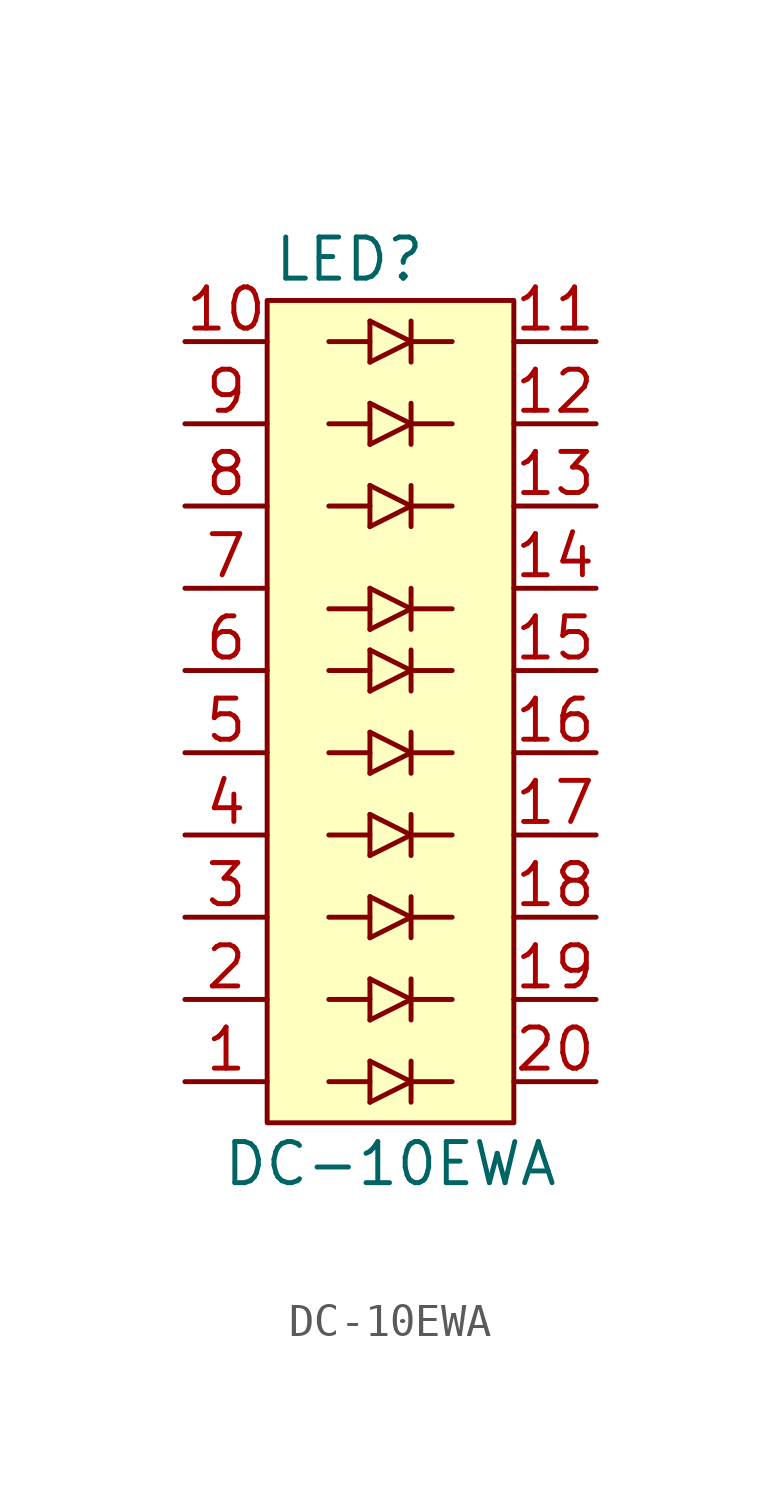
<source format=kicad_sym>
(kicad_symbol_lib
  (version 20211014)
  (generator kicad_symbol_editor)
  (symbol "DC-10EWA"
    (pin_names
      (offset 1.016))
    (property "Reference" "LED"
      (at -1.27 13.97 0)
      (effects (font (size 1.27 1.27))))
    (property "Value" "DC-10EWA"
      (at 0 -13.97 0)
      (effects (font (size 1.27 1.27))))
    (symbol "DC-10EWA_0_1"
      (rectangle (start -3.81 12.7) (end 3.81 -12.7) (stroke (width 0) (type default) (color 0 0 0 0)) (fill (type background))))
    (symbol "DC-10EWA_1_1"
      (polyline (pts (xy -0.635 -12.065) (xy -0.635 -10.795)) (stroke (width 0) (type default) (color 0 0 0 0)) (fill (type none)))
      (polyline (pts (xy -0.635 -11.43) (xy -1.905 -11.43)) (stroke (width 0) (type default) (color 0 0 0 0)) (fill (type none)))
      (polyline (pts (xy -0.635 -9.525) (xy -0.635 -8.255)) (stroke (width 0) (type default) (color 0 0 0 0)) (fill (type none)))
      (polyline (pts (xy -0.635 -8.89) (xy -1.905 -8.89)) (stroke (width 0) (type default) (color 0 0 0 0)) (fill (type none)))
      (polyline (pts (xy -0.635 -6.985) (xy -0.635 -5.715)) (stroke (width 0) (type default) (color 0 0 0 0)) (fill (type none)))
      (polyline (pts (xy -0.635 -6.35) (xy -1.905 -6.35)) (stroke (width 0) (type default) (color 0 0 0 0)) (fill (type none)))
      (polyline (pts (xy -0.635 -4.445) (xy -0.635 -3.175)) (stroke (width 0) (type default) (color 0 0 0 0)) (fill (type none)))
      (polyline (pts (xy -0.635 -3.81) (xy -1.905 -3.81)) (stroke (width 0) (type default) (color 0 0 0 0)) (fill (type none)))
      (polyline (pts (xy -0.635 -1.905) (xy -0.635 -0.635)) (stroke (width 0) (type default) (color 0 0 0 0)) (fill (type none)))
      (polyline (pts (xy -0.635 -1.27) (xy -1.905 -1.27)) (stroke (width 0) (type default) (color 0 0 0 0)) (fill (type none)))
      (polyline (pts (xy -0.635 0.635) (xy -0.635 1.905)) (stroke (width 0) (type default) (color 0 0 0 0)) (fill (type none)))
      (polyline (pts (xy -0.635 1.27) (xy -1.905 1.27)) (stroke (width 0) (type default) (color 0 0 0 0)) (fill (type none)))
      (polyline (pts (xy -0.635 2.54) (xy -0.635 3.81)) (stroke (width 0) (type default) (color 0 0 0 0)) (fill (type none)))
      (polyline (pts (xy -0.635 3.175) (xy -1.905 3.175)) (stroke (width 0) (type default) (color 0 0 0 0)) (fill (type none)))
      (polyline (pts (xy -0.635 5.715) (xy -0.635 6.985)) (stroke (width 0) (type default) (color 0 0 0 0)) (fill (type none)))
      (polyline (pts (xy -0.635 6.35) (xy -1.905 6.35)) (stroke (width 0) (type default) (color 0 0 0 0)) (fill (type none)))
      (polyline (pts (xy -0.635 8.255) (xy -0.635 9.525)) (stroke (width 0) (type default) (color 0 0 0 0)) (fill (type none)))
      (polyline (pts (xy -0.635 8.89) (xy -1.905 8.89)) (stroke (width 0) (type default) (color 0 0 0 0)) (fill (type none)))
      (polyline (pts (xy -0.635 10.795) (xy -0.635 12.065)) (stroke (width 0) (type default) (color 0 0 0 0)) (fill (type none)))
      (polyline (pts (xy -0.635 11.43) (xy -1.905 11.43)) (stroke (width 0) (type default) (color 0 0 0 0)) (fill (type none)))
      (polyline (pts (xy 0.635 -12.065) (xy 0.635 -10.795)) (stroke (width 0) (type default) (color 0 0 0 0)) (fill (type none)))
      (polyline (pts (xy 0.635 -11.43) (xy -0.635 -12.065)) (stroke (width 0) (type default) (color 0 0 0 0)) (fill (type none)))
      (polyline (pts (xy 0.635 -11.43) (xy -0.635 -10.795)) (stroke (width 0) (type default) (color 0 0 0 0)) (fill (type none)))
      (polyline (pts (xy 0.635 -11.43) (xy 1.905 -11.43)) (stroke (width 0) (type default) (color 0 0 0 0)) (fill (type none)))
      (polyline (pts (xy 0.635 -9.525) (xy 0.635 -8.255)) (stroke (width 0) (type default) (color 0 0 0 0)) (fill (type none)))
      (polyline (pts (xy 0.635 -8.89) (xy -0.635 -9.525)) (stroke (width 0) (type default) (color 0 0 0 0)) (fill (type none)))
      (polyline (pts (xy 0.635 -8.89) (xy -0.635 -8.255)) (stroke (width 0) (type default) (color 0 0 0 0)) (fill (type none)))
      (polyline (pts (xy 0.635 -8.89) (xy 1.905 -8.89)) (stroke (width 0) (type default) (color 0 0 0 0)) (fill (type none)))
      (polyline (pts (xy 0.635 -6.985) (xy 0.635 -5.715)) (stroke (width 0) (type default) (color 0 0 0 0)) (fill (type none)))
      (polyline (pts (xy 0.635 -6.35) (xy -0.635 -6.985)) (stroke (width 0) (type default) (color 0 0 0 0)) (fill (type none)))
      (polyline (pts (xy 0.635 -6.35) (xy -0.635 -5.715)) (stroke (width 0) (type default) (color 0 0 0 0)) (fill (type none)))
      (polyline (pts (xy 0.635 -6.35) (xy 1.905 -6.35)) (stroke (width 0) (type default) (color 0 0 0 0)) (fill (type none)))
      (polyline (pts (xy 0.635 -4.445) (xy 0.635 -3.175)) (stroke (width 0) (type default) (color 0 0 0 0)) (fill (type none)))
      (polyline (pts (xy 0.635 -3.81) (xy -0.635 -4.445)) (stroke (width 0) (type default) (color 0 0 0 0)) (fill (type none)))
      (polyline (pts (xy 0.635 -3.81) (xy -0.635 -3.175)) (stroke (width 0) (type default) (color 0 0 0 0)) (fill (type none)))
      (polyline (pts (xy 0.635 -3.81) (xy 1.905 -3.81)) (stroke (width 0) (type default) (color 0 0 0 0)) (fill (type none)))
      (polyline (pts (xy 0.635 -1.905) (xy 0.635 -0.635)) (stroke (width 0) (type default) (color 0 0 0 0)) (fill (type none)))
      (polyline (pts (xy 0.635 -1.27) (xy -0.635 -1.905)) (stroke (width 0) (type default) (color 0 0 0 0)) (fill (type none)))
      (polyline (pts (xy 0.635 -1.27) (xy -0.635 -0.635)) (stroke (width 0) (type default) (color 0 0 0 0)) (fill (type none)))
      (polyline (pts (xy 0.635 -1.27) (xy 1.905 -1.27)) (stroke (width 0) (type default) (color 0 0 0 0)) (fill (type none)))
      (polyline (pts (xy 0.635 0.635) (xy 0.635 1.905)) (stroke (width 0) (type default) (color 0 0 0 0)) (fill (type none)))
      (polyline (pts (xy 0.635 1.27) (xy -0.635 0.635)) (stroke (width 0) (type default) (color 0 0 0 0)) (fill (type none)))
      (polyline (pts (xy 0.635 1.27) (xy -0.635 1.905)) (stroke (width 0) (type default) (color 0 0 0 0)) (fill (type none)))
      (polyline (pts (xy 0.635 1.27) (xy 1.905 1.27)) (stroke (width 0) (type default) (color 0 0 0 0)) (fill (type none)))
      (polyline (pts (xy 0.635 2.54) (xy 0.635 3.81)) (stroke (width 0) (type default) (color 0 0 0 0)) (fill (type none)))
      (polyline (pts (xy 0.635 3.175) (xy -0.635 2.54)) (stroke (width 0) (type default) (color 0 0 0 0)) (fill (type none)))
      (polyline (pts (xy 0.635 3.175) (xy -0.635 3.81)) (stroke (width 0) (type default) (color 0 0 0 0)) (fill (type none)))
      (polyline (pts (xy 0.635 3.175) (xy 1.905 3.175)) (stroke (width 0) (type default) (color 0 0 0 0)) (fill (type none)))
      (polyline (pts (xy 0.635 5.715) (xy 0.635 6.985)) (stroke (width 0) (type default) (color 0 0 0 0)) (fill (type none)))
      (polyline (pts (xy 0.635 6.35) (xy -0.635 5.715)) (stroke (width 0) (type default) (color 0 0 0 0)) (fill (type none)))
      (polyline (pts (xy 0.635 6.35) (xy -0.635 6.985)) (stroke (width 0) (type default) (color 0 0 0 0)) (fill (type none)))
      (polyline (pts (xy 0.635 6.35) (xy 1.905 6.35)) (stroke (width 0) (type default) (color 0 0 0 0)) (fill (type none)))
      (polyline (pts (xy 0.635 8.255) (xy 0.635 9.525)) (stroke (width 0) (type default) (color 0 0 0 0)) (fill (type none)))
      (polyline (pts (xy 0.635 8.89) (xy -0.635 8.255)) (stroke (width 0) (type default) (color 0 0 0 0)) (fill (type none)))
      (polyline (pts (xy 0.635 8.89) (xy -0.635 9.525)) (stroke (width 0) (type default) (color 0 0 0 0)) (fill (type none)))
      (polyline (pts (xy 0.635 8.89) (xy 1.905 8.89)) (stroke (width 0) (type default) (color 0 0 0 0)) (fill (type none)))
      (polyline (pts (xy 0.635 10.795) (xy 0.635 12.065)) (stroke (width 0) (type default) (color 0 0 0 0)) (fill (type none)))
      (polyline (pts (xy 0.635 11.43) (xy -0.635 10.795)) (stroke (width 0) (type default) (color 0 0 0 0)) (fill (type none)))
      (polyline (pts (xy 0.635 11.43) (xy -0.635 12.065)) (stroke (width 0) (type default) (color 0 0 0 0)) (fill (type none)))
      (polyline (pts (xy 0.635 11.43) (xy 1.905 11.43)) (stroke (width 0) (type default) (color 0 0 0 0)) (fill (type none)))
      (pin power_in line (at -6.35 -11.43 0) (length 2.54) (name "~" (effects (font (size 1.27 1.27)))) (number "1" (effects (font (size 1.27 1.27)))))
      (pin power_in line (at -6.35 11.43 0) (length 2.54) (name "~" (effects (font (size 1.27 1.27)))) (number "10" (effects (font (size 1.27 1.27)))))
      (pin power_out line (at 6.35 11.43 180) (length 2.54) (name "~" (effects (font (size 1.27 1.27)))) (number "11" (effects (font (size 1.27 1.27)))))
      (pin power_out line (at 6.35 8.89 180) (length 2.54) (name "~" (effects (font (size 1.27 1.27)))) (number "12" (effects (font (size 1.27 1.27)))))
      (pin power_out line (at 6.35 6.35 180) (length 2.54) (name "~" (effects (font (size 1.27 1.27)))) (number "13" (effects (font (size 1.27 1.27)))))
      (pin power_out line (at 6.35 3.81 180) (length 2.54) (name "~" (effects (font (size 1.27 1.27)))) (number "14" (effects (font (size 1.27 1.27)))))
      (pin power_out line (at 6.35 1.27 180) (length 2.54) (name "~" (effects (font (size 1.27 1.27)))) (number "15" (effects (font (size 1.27 1.27)))))
      (pin power_out line (at 6.35 -1.27 180) (length 2.54) (name "~" (effects (font (size 1.27 1.27)))) (number "16" (effects (font (size 1.27 1.27)))))
      (pin power_out line (at 6.35 -3.81 180) (length 2.54) (name "~" (effects (font (size 1.27 1.27)))) (number "17" (effects (font (size 1.27 1.27)))))
      (pin power_out line (at 6.35 -6.35 180) (length 2.54) (name "~" (effects (font (size 1.27 1.27)))) (number "18" (effects (font (size 1.27 1.27)))))
      (pin power_out line (at 6.35 -8.89 180) (length 2.54) (name "~" (effects (font (size 1.27 1.27)))) (number "19" (effects (font (size 1.27 1.27)))))
      (pin power_in line (at -6.35 -8.89 0) (length 2.54) (name "~" (effects (font (size 1.27 1.27)))) (number "2" (effects (font (size 1.27 1.27)))))
      (pin power_out line (at 6.35 -11.43 180) (length 2.54) (name "~" (effects (font (size 1.27 1.27)))) (number "20" (effects (font (size 1.27 1.27)))))
      (pin power_in line (at -6.35 -6.35 0) (length 2.54) (name "~" (effects (font (size 1.27 1.27)))) (number "3" (effects (font (size 1.27 1.27)))))
      (pin power_in line (at -6.35 -3.81 0) (length 2.54) (name "~" (effects (font (size 1.27 1.27)))) (number "4" (effects (font (size 1.27 1.27)))))
      (pin power_in line (at -6.35 -1.27 0) (length 2.54) (name "~" (effects (font (size 1.27 1.27)))) (number "5" (effects (font (size 1.27 1.27)))))
      (pin power_in line (at -6.35 1.27 0) (length 2.54) (name "~" (effects (font (size 1.27 1.27)))) (number "6" (effects (font (size 1.27 1.27)))))
      (pin power_in line (at -6.35 3.81 0) (length 2.54) (name "~" (effects (font (size 1.27 1.27)))) (number "7" (effects (font (size 1.27 1.27)))))
      (pin power_in line (at -6.35 6.35 0) (length 2.54) (name "~" (effects (font (size 1.27 1.27)))) (number "8" (effects (font (size 1.27 1.27)))))
      (pin power_in line (at -6.35 8.89 0) (length 2.54) (name "~" (effects (font (size 1.27 1.27)))) (number "9" (effects (font (size 1.27 1.27))))))))
</source>
